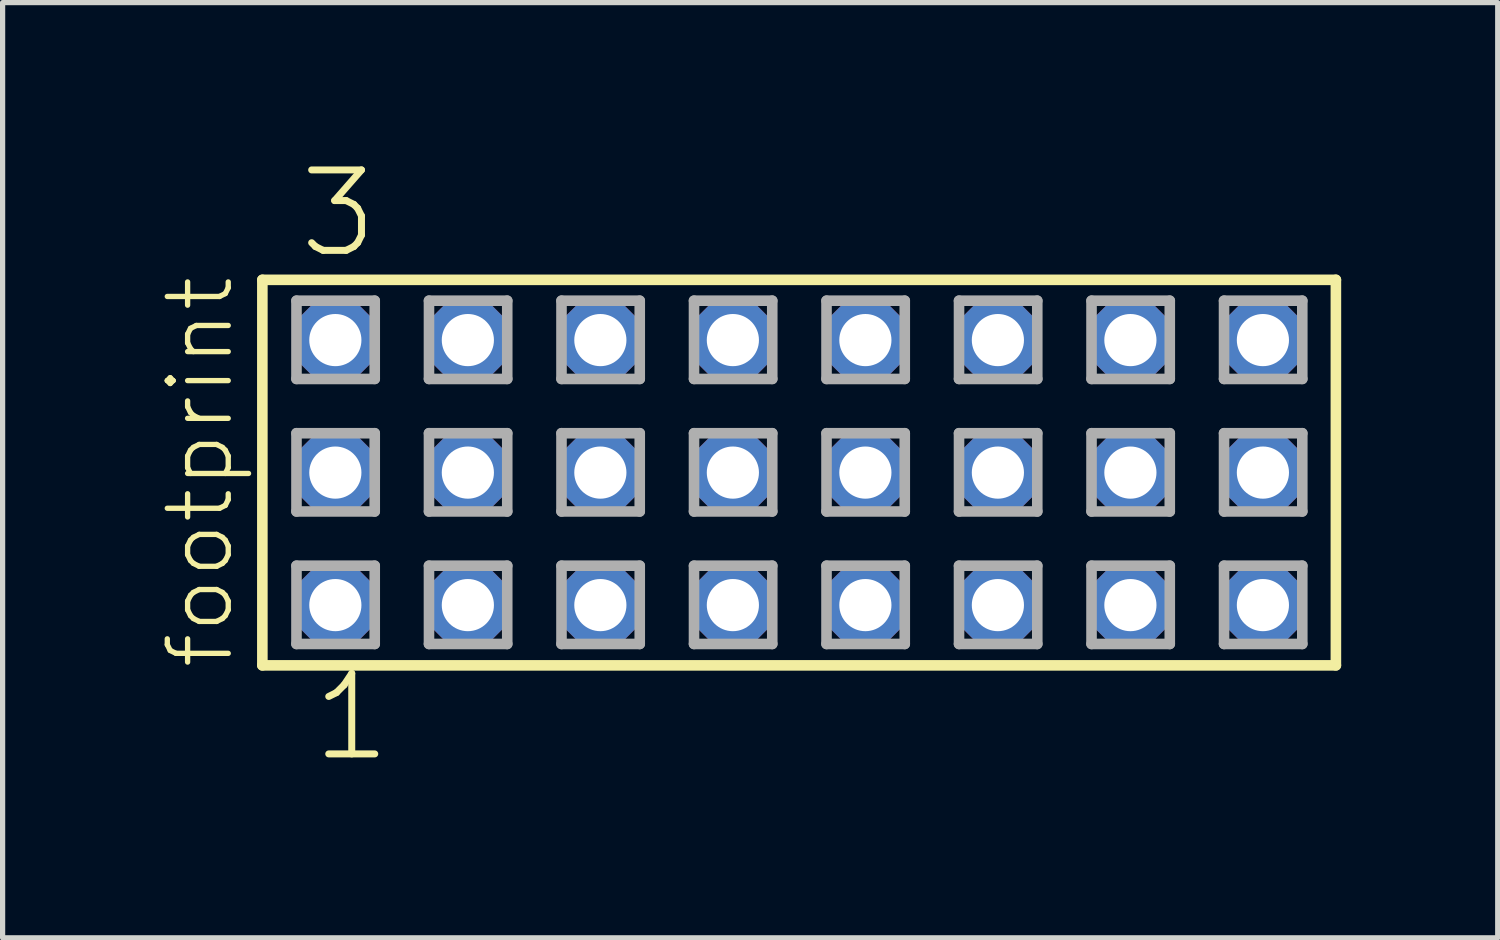
<source format=kicad_pcb>
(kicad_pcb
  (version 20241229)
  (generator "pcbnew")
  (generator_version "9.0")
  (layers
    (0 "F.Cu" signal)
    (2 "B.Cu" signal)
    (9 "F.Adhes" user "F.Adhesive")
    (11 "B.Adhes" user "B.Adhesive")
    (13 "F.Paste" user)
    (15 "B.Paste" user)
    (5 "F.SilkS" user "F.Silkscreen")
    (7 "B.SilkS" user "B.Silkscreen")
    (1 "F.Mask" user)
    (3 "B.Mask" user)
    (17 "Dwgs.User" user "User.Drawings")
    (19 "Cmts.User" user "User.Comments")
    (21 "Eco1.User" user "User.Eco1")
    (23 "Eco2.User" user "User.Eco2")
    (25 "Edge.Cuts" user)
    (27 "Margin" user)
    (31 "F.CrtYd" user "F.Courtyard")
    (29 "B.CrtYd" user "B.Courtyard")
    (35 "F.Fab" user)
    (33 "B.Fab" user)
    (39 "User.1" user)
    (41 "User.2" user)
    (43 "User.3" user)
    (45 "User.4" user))
  (footprint "footprint"
    (layer "F.Cu")
    (at 12.268 6.009)
    (property "Reference" "footprint" (at -10.795 3.81 90) (layer "F.SilkS") (effects (font (size 1.168 1.168) (thickness 0.102)) (justify left bottom)))
    (fp_line (start -10.289 -3.695) (end 10.289 -3.695) (stroke (width 0.203) (type solid)) (layer "F.SilkS"))
    (fp_line (start -10.289 3.695) (end -10.289 -3.695) (stroke (width 0.203) (type solid)) (layer "F.SilkS"))
    (fp_line (start 10.289 -3.695) (end 10.289 3.695) (stroke (width 0.203) (type solid)) (layer "F.SilkS"))
    (fp_line (start 10.289 3.695) (end -10.289 3.695) (stroke (width 0.203) (type solid)) (layer "F.SilkS"))
    (fp_line (start -9.635 -3.295) (end -8.135 -3.295) (stroke (width 0.203) (type solid)) (layer "F.Fab"))
    (fp_line (start -9.635 -1.795) (end -9.635 -3.295) (stroke (width 0.203) (type solid)) (layer "F.Fab"))
    (fp_line (start -9.635 -0.755) (end -8.135 -0.755) (stroke (width 0.203) (type solid)) (layer "F.Fab"))
    (fp_line (start -9.635 0.745) (end -9.635 -0.755) (stroke (width 0.203) (type solid)) (layer "F.Fab"))
    (fp_line (start -9.635 1.785) (end -8.135 1.785) (stroke (width 0.203) (type solid)) (layer "F.Fab"))
    (fp_line (start -9.635 3.285) (end -9.635 1.785) (stroke (width 0.203) (type solid)) (layer "F.Fab"))
    (fp_line (start -8.135 -3.295) (end -8.135 -1.795) (stroke (width 0.203) (type solid)) (layer "F.Fab"))
    (fp_line (start -8.135 -1.795) (end -9.635 -1.795) (stroke (width 0.203) (type solid)) (layer "F.Fab"))
    (fp_line (start -8.135 -0.755) (end -8.135 0.745) (stroke (width 0.203) (type solid)) (layer "F.Fab"))
    (fp_line (start -8.135 0.745) (end -9.635 0.745) (stroke (width 0.203) (type solid)) (layer "F.Fab"))
    (fp_line (start -8.135 1.785) (end -8.135 3.285) (stroke (width 0.203) (type solid)) (layer "F.Fab"))
    (fp_line (start -8.135 3.285) (end -9.635 3.285) (stroke (width 0.203) (type solid)) (layer "F.Fab"))
    (fp_line (start -7.095 -3.295) (end -5.595 -3.295) (stroke (width 0.203) (type solid)) (layer "F.Fab"))
    (fp_line (start -7.095 -1.795) (end -7.095 -3.295) (stroke (width 0.203) (type solid)) (layer "F.Fab"))
    (fp_line (start -7.095 -0.755) (end -5.595 -0.755) (stroke (width 0.203) (type solid)) (layer "F.Fab"))
    (fp_line (start -7.095 0.745) (end -7.095 -0.755) (stroke (width 0.203) (type solid)) (layer "F.Fab"))
    (fp_line (start -7.095 1.785) (end -5.595 1.785) (stroke (width 0.203) (type solid)) (layer "F.Fab"))
    (fp_line (start -7.095 3.285) (end -7.095 1.785) (stroke (width 0.203) (type solid)) (layer "F.Fab"))
    (fp_line (start -5.595 -3.295) (end -5.595 -1.795) (stroke (width 0.203) (type solid)) (layer "F.Fab"))
    (fp_line (start -5.595 -1.795) (end -7.095 -1.795) (stroke (width 0.203) (type solid)) (layer "F.Fab"))
    (fp_line (start -5.595 -0.755) (end -5.595 0.745) (stroke (width 0.203) (type solid)) (layer "F.Fab"))
    (fp_line (start -5.595 0.745) (end -7.095 0.745) (stroke (width 0.203) (type solid)) (layer "F.Fab"))
    (fp_line (start -5.595 1.785) (end -5.595 3.285) (stroke (width 0.203) (type solid)) (layer "F.Fab"))
    (fp_line (start -5.595 3.285) (end -7.095 3.285) (stroke (width 0.203) (type solid)) (layer "F.Fab"))
    (fp_line (start -4.555 -3.295) (end -3.055 -3.295) (stroke (width 0.203) (type solid)) (layer "F.Fab"))
    (fp_line (start -4.555 -1.795) (end -4.555 -3.295) (stroke (width 0.203) (type solid)) (layer "F.Fab"))
    (fp_line (start -4.555 -0.755) (end -3.055 -0.755) (stroke (width 0.203) (type solid)) (layer "F.Fab"))
    (fp_line (start -4.555 0.745) (end -4.555 -0.755) (stroke (width 0.203) (type solid)) (layer "F.Fab"))
    (fp_line (start -4.555 1.785) (end -3.055 1.785) (stroke (width 0.203) (type solid)) (layer "F.Fab"))
    (fp_line (start -4.555 3.285) (end -4.555 1.785) (stroke (width 0.203) (type solid)) (layer "F.Fab"))
    (fp_line (start -3.055 -3.295) (end -3.055 -1.795) (stroke (width 0.203) (type solid)) (layer "F.Fab"))
    (fp_line (start -3.055 -1.795) (end -4.555 -1.795) (stroke (width 0.203) (type solid)) (layer "F.Fab"))
    (fp_line (start -3.055 -0.755) (end -3.055 0.745) (stroke (width 0.203) (type solid)) (layer "F.Fab"))
    (fp_line (start -3.055 0.745) (end -4.555 0.745) (stroke (width 0.203) (type solid)) (layer "F.Fab"))
    (fp_line (start -3.055 1.785) (end -3.055 3.285) (stroke (width 0.203) (type solid)) (layer "F.Fab"))
    (fp_line (start -3.055 3.285) (end -4.555 3.285) (stroke (width 0.203) (type solid)) (layer "F.Fab"))
    (fp_line (start -2.015 -3.295) (end -0.515 -3.295) (stroke (width 0.203) (type solid)) (layer "F.Fab"))
    (fp_line (start -2.015 -1.795) (end -2.015 -3.295) (stroke (width 0.203) (type solid)) (layer "F.Fab"))
    (fp_line (start -2.015 -0.755) (end -0.515 -0.755) (stroke (width 0.203) (type solid)) (layer "F.Fab"))
    (fp_line (start -2.015 0.745) (end -2.015 -0.755) (stroke (width 0.203) (type solid)) (layer "F.Fab"))
    (fp_line (start -2.015 1.785) (end -0.515 1.785) (stroke (width 0.203) (type solid)) (layer "F.Fab"))
    (fp_line (start -2.015 3.285) (end -2.015 1.785) (stroke (width 0.203) (type solid)) (layer "F.Fab"))
    (fp_line (start -0.515 -3.295) (end -0.515 -1.795) (stroke (width 0.203) (type solid)) (layer "F.Fab"))
    (fp_line (start -0.515 -1.795) (end -2.015 -1.795) (stroke (width 0.203) (type solid)) (layer "F.Fab"))
    (fp_line (start -0.515 -0.755) (end -0.515 0.745) (stroke (width 0.203) (type solid)) (layer "F.Fab"))
    (fp_line (start -0.515 0.745) (end -2.015 0.745) (stroke (width 0.203) (type solid)) (layer "F.Fab"))
    (fp_line (start -0.515 1.785) (end -0.515 3.285) (stroke (width 0.203) (type solid)) (layer "F.Fab"))
    (fp_line (start -0.515 3.285) (end -2.015 3.285) (stroke (width 0.203) (type solid)) (layer "F.Fab"))
    (fp_line (start 0.525 -3.295) (end 2.025 -3.295) (stroke (width 0.203) (type solid)) (layer "F.Fab"))
    (fp_line (start 0.525 -1.795) (end 0.525 -3.295) (stroke (width 0.203) (type solid)) (layer "F.Fab"))
    (fp_line (start 0.525 -0.755) (end 2.025 -0.755) (stroke (width 0.203) (type solid)) (layer "F.Fab"))
    (fp_line (start 0.525 0.745) (end 0.525 -0.755) (stroke (width 0.203) (type solid)) (layer "F.Fab"))
    (fp_line (start 0.525 1.785) (end 2.025 1.785) (stroke (width 0.203) (type solid)) (layer "F.Fab"))
    (fp_line (start 0.525 3.285) (end 0.525 1.785) (stroke (width 0.203) (type solid)) (layer "F.Fab"))
    (fp_line (start 2.025 -3.295) (end 2.025 -1.795) (stroke (width 0.203) (type solid)) (layer "F.Fab"))
    (fp_line (start 2.025 -1.795) (end 0.525 -1.795) (stroke (width 0.203) (type solid)) (layer "F.Fab"))
    (fp_line (start 2.025 -0.755) (end 2.025 0.745) (stroke (width 0.203) (type solid)) (layer "F.Fab"))
    (fp_line (start 2.025 0.745) (end 0.525 0.745) (stroke (width 0.203) (type solid)) (layer "F.Fab"))
    (fp_line (start 2.025 1.785) (end 2.025 3.285) (stroke (width 0.203) (type solid)) (layer "F.Fab"))
    (fp_line (start 2.025 3.285) (end 0.525 3.285) (stroke (width 0.203) (type solid)) (layer "F.Fab"))
    (fp_line (start 3.065 -3.295) (end 4.565 -3.295) (stroke (width 0.203) (type solid)) (layer "F.Fab"))
    (fp_line (start 3.065 -1.795) (end 3.065 -3.295) (stroke (width 0.203) (type solid)) (layer "F.Fab"))
    (fp_line (start 3.065 -0.755) (end 4.565 -0.755) (stroke (width 0.203) (type solid)) (layer "F.Fab"))
    (fp_line (start 3.065 0.745) (end 3.065 -0.755) (stroke (width 0.203) (type solid)) (layer "F.Fab"))
    (fp_line (start 3.065 1.785) (end 4.565 1.785) (stroke (width 0.203) (type solid)) (layer "F.Fab"))
    (fp_line (start 3.065 3.285) (end 3.065 1.785) (stroke (width 0.203) (type solid)) (layer "F.Fab"))
    (fp_line (start 4.565 -3.295) (end 4.565 -1.795) (stroke (width 0.203) (type solid)) (layer "F.Fab"))
    (fp_line (start 4.565 -1.795) (end 3.065 -1.795) (stroke (width 0.203) (type solid)) (layer "F.Fab"))
    (fp_line (start 4.565 -0.755) (end 4.565 0.745) (stroke (width 0.203) (type solid)) (layer "F.Fab"))
    (fp_line (start 4.565 0.745) (end 3.065 0.745) (stroke (width 0.203) (type solid)) (layer "F.Fab"))
    (fp_line (start 4.565 1.785) (end 4.565 3.285) (stroke (width 0.203) (type solid)) (layer "F.Fab"))
    (fp_line (start 4.565 3.285) (end 3.065 3.285) (stroke (width 0.203) (type solid)) (layer "F.Fab"))
    (fp_line (start 5.605 -3.295) (end 7.105 -3.295) (stroke (width 0.203) (type solid)) (layer "F.Fab"))
    (fp_line (start 5.605 -1.795) (end 5.605 -3.295) (stroke (width 0.203) (type solid)) (layer "F.Fab"))
    (fp_line (start 5.605 -0.755) (end 7.105 -0.755) (stroke (width 0.203) (type solid)) (layer "F.Fab"))
    (fp_line (start 5.605 0.745) (end 5.605 -0.755) (stroke (width 0.203) (type solid)) (layer "F.Fab"))
    (fp_line (start 5.605 1.785) (end 7.105 1.785) (stroke (width 0.203) (type solid)) (layer "F.Fab"))
    (fp_line (start 5.605 3.285) (end 5.605 1.785) (stroke (width 0.203) (type solid)) (layer "F.Fab"))
    (fp_line (start 7.105 -3.295) (end 7.105 -1.795) (stroke (width 0.203) (type solid)) (layer "F.Fab"))
    (fp_line (start 7.105 -1.795) (end 5.605 -1.795) (stroke (width 0.203) (type solid)) (layer "F.Fab"))
    (fp_line (start 7.105 -0.755) (end 7.105 0.745) (stroke (width 0.203) (type solid)) (layer "F.Fab"))
    (fp_line (start 7.105 0.745) (end 5.605 0.745) (stroke (width 0.203) (type solid)) (layer "F.Fab"))
    (fp_line (start 7.105 1.785) (end 7.105 3.285) (stroke (width 0.203) (type solid)) (layer "F.Fab"))
    (fp_line (start 7.105 3.285) (end 5.605 3.285) (stroke (width 0.203) (type solid)) (layer "F.Fab"))
    (fp_line (start 8.145 -3.295) (end 9.645 -3.295) (stroke (width 0.203) (type solid)) (layer "F.Fab"))
    (fp_line (start 8.145 -1.795) (end 8.145 -3.295) (stroke (width 0.203) (type solid)) (layer "F.Fab"))
    (fp_line (start 8.145 -0.755) (end 9.645 -0.755) (stroke (width 0.203) (type solid)) (layer "F.Fab"))
    (fp_line (start 8.145 0.745) (end 8.145 -0.755) (stroke (width 0.203) (type solid)) (layer "F.Fab"))
    (fp_line (start 8.145 1.785) (end 9.645 1.785) (stroke (width 0.203) (type solid)) (layer "F.Fab"))
    (fp_line (start 8.145 3.285) (end 8.145 1.785) (stroke (width 0.203) (type solid)) (layer "F.Fab"))
    (fp_line (start 9.645 -3.295) (end 9.645 -1.795) (stroke (width 0.203) (type solid)) (layer "F.Fab"))
    (fp_line (start 9.645 -1.795) (end 8.145 -1.795) (stroke (width 0.203) (type solid)) (layer "F.Fab"))
    (fp_line (start 9.645 -0.755) (end 9.645 0.745) (stroke (width 0.203) (type solid)) (layer "F.Fab"))
    (fp_line (start 9.645 0.745) (end 8.145 0.745) (stroke (width 0.203) (type solid)) (layer "F.Fab"))
    (fp_line (start 9.645 1.785) (end 9.645 3.285) (stroke (width 0.203) (type solid)) (layer "F.Fab"))
    (fp_line (start 9.645 3.285) (end 8.145 3.285) (stroke (width 0.203) (type solid)) (layer "F.Fab"))
    (fp_text user "1" (at -9.398 5.588 0) (layer "F.SilkS") (effects (font (size 1.542 1.542) (thickness 0.134)) (justify left bottom)))
    (fp_text user "3" (at -9.652 -4.064 0) (layer "F.SilkS") (effects (font (size 1.542 1.542) (thickness 0.134)) (justify left bottom)))
    (pad "1" thru_hole roundrect (at -8.89 2.54) (size 1.5 1.5) (drill 1) (layers "*.Cu" "*.Mask") (roundrect_rratio 0.25) (chamfer_ratio 0.25) (chamfer top_left top_right bottom_left bottom_right))
    (pad "2" thru_hole roundrect (at -8.89 0) (size 1.5 1.5) (drill 1) (layers "*.Cu" "*.Mask") (roundrect_rratio 0.25) (chamfer_ratio 0.25) (chamfer top_left top_right bottom_left bottom_right))
    (pad "3" thru_hole roundrect (at -8.89 -2.54) (size 1.5 1.5) (drill 1) (layers "*.Cu" "*.Mask") (roundrect_rratio 0.25) (chamfer_ratio 0.25) (chamfer top_left top_right bottom_left bottom_right))
    (pad "4" thru_hole roundrect (at -6.35 2.54) (size 1.5 1.5) (drill 1) (layers "*.Cu" "*.Mask") (roundrect_rratio 0.25) (chamfer_ratio 0.25) (chamfer top_left top_right bottom_left bottom_right))
    (pad "5" thru_hole roundrect (at -6.35 0) (size 1.5 1.5) (drill 1) (layers "*.Cu" "*.Mask") (roundrect_rratio 0.25) (chamfer_ratio 0.25) (chamfer top_left top_right bottom_left bottom_right))
    (pad "6" thru_hole roundrect (at -6.35 -2.54) (size 1.5 1.5) (drill 1) (layers "*.Cu" "*.Mask") (roundrect_rratio 0.25) (chamfer_ratio 0.25) (chamfer top_left top_right bottom_left bottom_right))
    (pad "7" thru_hole roundrect (at -3.81 2.54) (size 1.5 1.5) (drill 1) (layers "*.Cu" "*.Mask") (roundrect_rratio 0.25) (chamfer_ratio 0.25) (chamfer top_left top_right bottom_left bottom_right))
    (pad "8" thru_hole roundrect (at -3.81 0) (size 1.5 1.5) (drill 1) (layers "*.Cu" "*.Mask") (roundrect_rratio 0.25) (chamfer_ratio 0.25) (chamfer top_left top_right bottom_left bottom_right))
    (pad "9" thru_hole roundrect (at -3.81 -2.54) (size 1.5 1.5) (drill 1) (layers "*.Cu" "*.Mask") (roundrect_rratio 0.25) (chamfer_ratio 0.25) (chamfer top_left top_right bottom_left bottom_right))
    (pad "10" thru_hole roundrect (at -1.27 2.54) (size 1.5 1.5) (drill 1) (layers "*.Cu" "*.Mask") (roundrect_rratio 0.25) (chamfer_ratio 0.25) (chamfer top_left top_right bottom_left bottom_right))
    (pad "11" thru_hole roundrect (at -1.27 0) (size 1.5 1.5) (drill 1) (layers "*.Cu" "*.Mask") (roundrect_rratio 0.25) (chamfer_ratio 0.25) (chamfer top_left top_right bottom_left bottom_right))
    (pad "12" thru_hole roundrect (at -1.27 -2.54) (size 1.5 1.5) (drill 1) (layers "*.Cu" "*.Mask") (roundrect_rratio 0.25) (chamfer_ratio 0.25) (chamfer top_left top_right bottom_left bottom_right))
    (pad "13" thru_hole roundrect (at 1.27 2.54) (size 1.5 1.5) (drill 1) (layers "*.Cu" "*.Mask") (roundrect_rratio 0.25) (chamfer_ratio 0.25) (chamfer top_left top_right bottom_left bottom_right))
    (pad "14" thru_hole roundrect (at 1.27 0) (size 1.5 1.5) (drill 1) (layers "*.Cu" "*.Mask") (roundrect_rratio 0.25) (chamfer_ratio 0.25) (chamfer top_left top_right bottom_left bottom_right))
    (pad "15" thru_hole roundrect (at 1.27 -2.54) (size 1.5 1.5) (drill 1) (layers "*.Cu" "*.Mask") (roundrect_rratio 0.25) (chamfer_ratio 0.25) (chamfer top_left top_right bottom_left bottom_right))
    (pad "16" thru_hole roundrect (at 3.81 2.54) (size 1.5 1.5) (drill 1) (layers "*.Cu" "*.Mask") (roundrect_rratio 0.25) (chamfer_ratio 0.25) (chamfer top_left top_right bottom_left bottom_right))
    (pad "17" thru_hole roundrect (at 3.81 0) (size 1.5 1.5) (drill 1) (layers "*.Cu" "*.Mask") (roundrect_rratio 0.25) (chamfer_ratio 0.25) (chamfer top_left top_right bottom_left bottom_right))
    (pad "18" thru_hole roundrect (at 3.81 -2.54) (size 1.5 1.5) (drill 1) (layers "*.Cu" "*.Mask") (roundrect_rratio 0.25) (chamfer_ratio 0.25) (chamfer top_left top_right bottom_left bottom_right))
    (pad "19" thru_hole roundrect (at 6.35 2.54) (size 1.5 1.5) (drill 1) (layers "*.Cu" "*.Mask") (roundrect_rratio 0.25) (chamfer_ratio 0.25) (chamfer top_left top_right bottom_left bottom_right))
    (pad "20" thru_hole roundrect (at 6.35 0) (size 1.5 1.5) (drill 1) (layers "*.Cu" "*.Mask") (roundrect_rratio 0.25) (chamfer_ratio 0.25) (chamfer top_left top_right bottom_left bottom_right))
    (pad "21" thru_hole roundrect (at 6.35 -2.54) (size 1.5 1.5) (drill 1) (layers "*.Cu" "*.Mask") (roundrect_rratio 0.25) (chamfer_ratio 0.25) (chamfer top_left top_right bottom_left bottom_right))
    (pad "22" thru_hole roundrect (at 8.89 2.54) (size 1.5 1.5) (drill 1) (layers "*.Cu" "*.Mask") (roundrect_rratio 0.25) (chamfer_ratio 0.25) (chamfer top_left top_right bottom_left bottom_right))
    (pad "23" thru_hole roundrect (at 8.89 0) (size 1.5 1.5) (drill 1) (layers "*.Cu" "*.Mask") (roundrect_rratio 0.25) (chamfer_ratio 0.25) (chamfer top_left top_right bottom_left bottom_right))
    (pad "24" thru_hole roundrect (at 8.89 -2.54) (size 1.5 1.5) (drill 1) (layers "*.Cu" "*.Mask") (roundrect_rratio 0.25) (chamfer_ratio 0.25) (chamfer top_left top_right bottom_left bottom_right)))
  (gr_rect
    (start -3 -3)
    (end 25.659 14.927)
    (stroke (width 0.1) (type default))
    (fill no)
    (layer "Edge.Cuts")))
</source>
